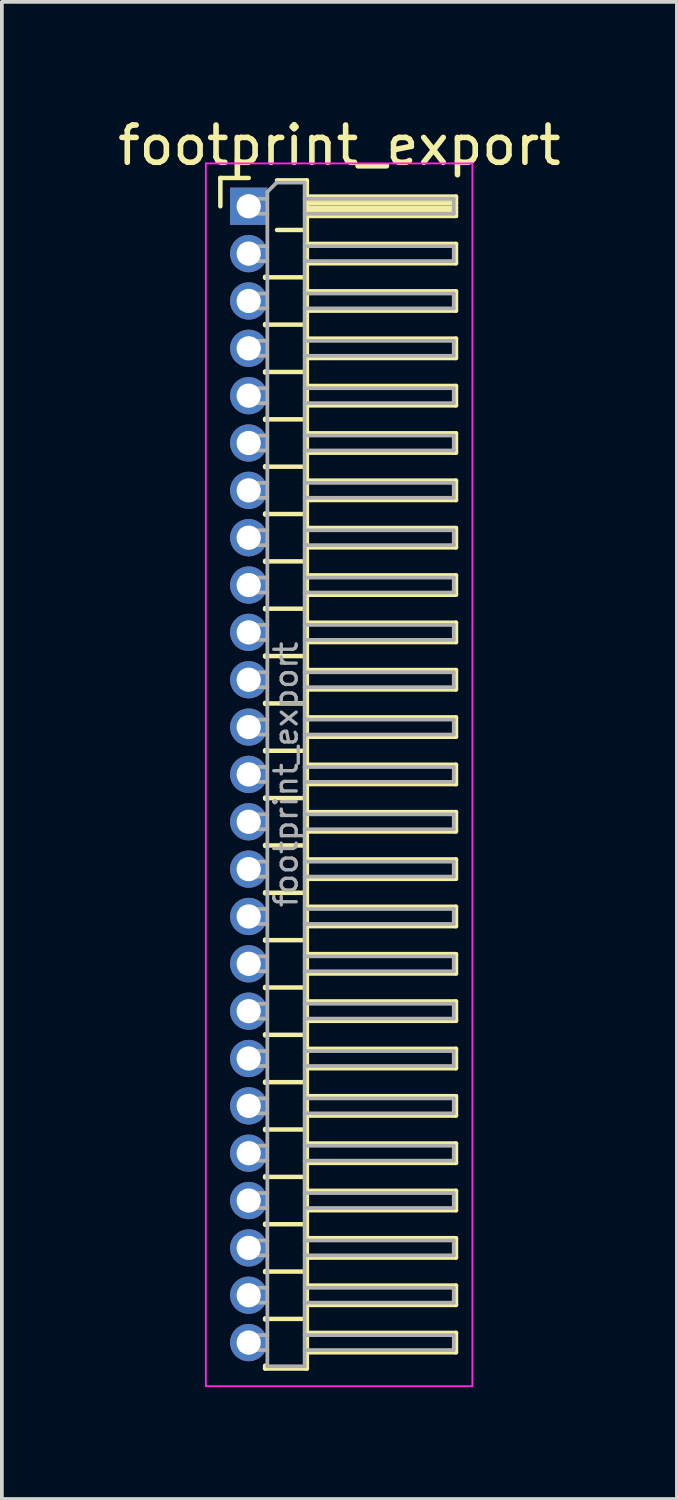
<source format=kicad_pcb>
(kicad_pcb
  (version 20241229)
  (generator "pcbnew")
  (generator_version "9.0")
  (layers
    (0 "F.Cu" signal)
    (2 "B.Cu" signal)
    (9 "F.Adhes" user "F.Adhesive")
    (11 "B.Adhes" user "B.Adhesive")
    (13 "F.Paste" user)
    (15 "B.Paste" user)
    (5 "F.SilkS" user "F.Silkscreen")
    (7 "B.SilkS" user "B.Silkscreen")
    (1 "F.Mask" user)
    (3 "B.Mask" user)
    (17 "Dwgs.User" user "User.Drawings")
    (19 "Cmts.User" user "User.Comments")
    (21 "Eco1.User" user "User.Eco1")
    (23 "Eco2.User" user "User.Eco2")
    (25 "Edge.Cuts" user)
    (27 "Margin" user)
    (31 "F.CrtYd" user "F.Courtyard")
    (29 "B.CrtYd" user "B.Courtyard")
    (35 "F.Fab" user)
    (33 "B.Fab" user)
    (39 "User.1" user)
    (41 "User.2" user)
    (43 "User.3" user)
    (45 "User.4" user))
  (footprint "footprint_export"
    (layer "F.Cu")
    (at 3.621 2.483)
    (property "Reference" "footprint_export" (at 2.433 -1.635 0) (layer "F.SilkS") (effects (font (size 1 1) (thickness 0.15))))
    (attr through_hole)
    (fp_line (start -0.76 -0.76) (end 0 -0.76) (stroke (width 0.12) (type solid)) (layer "F.SilkS"))
    (fp_line (start -0.76 0) (end -0.76 -0.76) (stroke (width 0.12) (type solid)) (layer "F.SilkS"))
    (fp_line (start 0.44 1.89) (end 0.44 1.92) (stroke (width 0.12) (type solid)) (layer "F.SilkS"))
    (fp_line (start 0.44 1.905) (end 1.56 1.905) (stroke (width 0.12) (type solid)) (layer "F.SilkS"))
    (fp_line (start 0.44 3.16) (end 0.44 3.19) (stroke (width 0.12) (type solid)) (layer "F.SilkS"))
    (fp_line (start 0.44 3.175) (end 1.56 3.175) (stroke (width 0.12) (type solid)) (layer "F.SilkS"))
    (fp_line (start 0.44 4.43) (end 0.44 4.46) (stroke (width 0.12) (type solid)) (layer "F.SilkS"))
    (fp_line (start 0.44 4.445) (end 1.56 4.445) (stroke (width 0.12) (type solid)) (layer "F.SilkS"))
    (fp_line (start 0.44 5.7) (end 0.44 5.73) (stroke (width 0.12) (type solid)) (layer "F.SilkS"))
    (fp_line (start 0.44 5.715) (end 1.56 5.715) (stroke (width 0.12) (type solid)) (layer "F.SilkS"))
    (fp_line (start 0.44 6.97) (end 0.44 7) (stroke (width 0.12) (type solid)) (layer "F.SilkS"))
    (fp_line (start 0.44 6.985) (end 1.56 6.985) (stroke (width 0.12) (type solid)) (layer "F.SilkS"))
    (fp_line (start 0.44 8.24) (end 0.44 8.27) (stroke (width 0.12) (type solid)) (layer "F.SilkS"))
    (fp_line (start 0.44 8.255) (end 1.56 8.255) (stroke (width 0.12) (type solid)) (layer "F.SilkS"))
    (fp_line (start 0.44 9.51) (end 0.44 9.54) (stroke (width 0.12) (type solid)) (layer "F.SilkS"))
    (fp_line (start 0.44 9.525) (end 1.56 9.525) (stroke (width 0.12) (type solid)) (layer "F.SilkS"))
    (fp_line (start 0.44 10.78) (end 0.44 10.81) (stroke (width 0.12) (type solid)) (layer "F.SilkS"))
    (fp_line (start 0.44 10.795) (end 1.56 10.795) (stroke (width 0.12) (type solid)) (layer "F.SilkS"))
    (fp_line (start 0.44 12.05) (end 0.44 12.08) (stroke (width 0.12) (type solid)) (layer "F.SilkS"))
    (fp_line (start 0.44 12.065) (end 1.56 12.065) (stroke (width 0.12) (type solid)) (layer "F.SilkS"))
    (fp_line (start 0.44 13.32) (end 0.44 13.35) (stroke (width 0.12) (type solid)) (layer "F.SilkS"))
    (fp_line (start 0.44 13.335) (end 1.56 13.335) (stroke (width 0.12) (type solid)) (layer "F.SilkS"))
    (fp_line (start 0.44 14.59) (end 0.44 14.62) (stroke (width 0.12) (type solid)) (layer "F.SilkS"))
    (fp_line (start 0.44 14.605) (end 1.56 14.605) (stroke (width 0.12) (type solid)) (layer "F.SilkS"))
    (fp_line (start 0.44 15.86) (end 0.44 15.89) (stroke (width 0.12) (type solid)) (layer "F.SilkS"))
    (fp_line (start 0.44 15.875) (end 1.56 15.875) (stroke (width 0.12) (type solid)) (layer "F.SilkS"))
    (fp_line (start 0.44 17.13) (end 0.44 17.16) (stroke (width 0.12) (type solid)) (layer "F.SilkS"))
    (fp_line (start 0.44 17.145) (end 1.56 17.145) (stroke (width 0.12) (type solid)) (layer "F.SilkS"))
    (fp_line (start 0.44 18.4) (end 0.44 18.43) (stroke (width 0.12) (type solid)) (layer "F.SilkS"))
    (fp_line (start 0.44 18.415) (end 1.56 18.415) (stroke (width 0.12) (type solid)) (layer "F.SilkS"))
    (fp_line (start 0.44 19.67) (end 0.44 19.7) (stroke (width 0.12) (type solid)) (layer "F.SilkS"))
    (fp_line (start 0.44 19.685) (end 1.56 19.685) (stroke (width 0.12) (type solid)) (layer "F.SilkS"))
    (fp_line (start 0.44 20.94) (end 0.44 20.97) (stroke (width 0.12) (type solid)) (layer "F.SilkS"))
    (fp_line (start 0.44 20.955) (end 1.56 20.955) (stroke (width 0.12) (type solid)) (layer "F.SilkS"))
    (fp_line (start 0.44 22.21) (end 0.44 22.24) (stroke (width 0.12) (type solid)) (layer "F.SilkS"))
    (fp_line (start 0.44 22.225) (end 1.56 22.225) (stroke (width 0.12) (type solid)) (layer "F.SilkS"))
    (fp_line (start 0.44 23.48) (end 0.44 23.51) (stroke (width 0.12) (type solid)) (layer "F.SilkS"))
    (fp_line (start 0.44 23.495) (end 1.56 23.495) (stroke (width 0.12) (type solid)) (layer "F.SilkS"))
    (fp_line (start 0.44 24.75) (end 0.44 24.78) (stroke (width 0.12) (type solid)) (layer "F.SilkS"))
    (fp_line (start 0.44 24.765) (end 1.56 24.765) (stroke (width 0.12) (type solid)) (layer "F.SilkS"))
    (fp_line (start 0.44 26.02) (end 0.44 26.05) (stroke (width 0.12) (type solid)) (layer "F.SilkS"))
    (fp_line (start 0.44 26.035) (end 1.56 26.035) (stroke (width 0.12) (type solid)) (layer "F.SilkS"))
    (fp_line (start 0.44 27.29) (end 0.44 27.32) (stroke (width 0.12) (type solid)) (layer "F.SilkS"))
    (fp_line (start 0.44 27.305) (end 1.56 27.305) (stroke (width 0.12) (type solid)) (layer "F.SilkS"))
    (fp_line (start 0.44 28.56) (end 0.44 28.59) (stroke (width 0.12) (type solid)) (layer "F.SilkS"))
    (fp_line (start 0.44 28.575) (end 1.56 28.575) (stroke (width 0.12) (type solid)) (layer "F.SilkS"))
    (fp_line (start 0.44 29.83) (end 0.44 29.86) (stroke (width 0.12) (type solid)) (layer "F.SilkS"))
    (fp_line (start 0.44 29.845) (end 1.56 29.845) (stroke (width 0.12) (type solid)) (layer "F.SilkS"))
    (fp_line (start 0.44 31.175) (end 0.44 31.1) (stroke (width 0.12) (type solid)) (layer "F.SilkS"))
    (fp_line (start 0.76 -0.695) (end 1.56 -0.695) (stroke (width 0.12) (type solid)) (layer "F.SilkS"))
    (fp_line (start 0.76 0.635) (end 1.56 0.635) (stroke (width 0.12) (type solid)) (layer "F.SilkS"))
    (fp_line (start 1.56 -0.695) (end 1.56 31.175) (stroke (width 0.12) (type solid)) (layer "F.SilkS"))
    (fp_line (start 1.56 -0.26) (end 5.56 -0.26) (stroke (width 0.12) (type solid)) (layer "F.SilkS"))
    (fp_line (start 1.56 -0.2) (end 5.56 -0.2) (stroke (width 0.12) (type solid)) (layer "F.SilkS"))
    (fp_line (start 1.56 -0.08) (end 5.56 -0.08) (stroke (width 0.12) (type solid)) (layer "F.SilkS"))
    (fp_line (start 1.56 0.04) (end 5.56 0.04) (stroke (width 0.12) (type solid)) (layer "F.SilkS"))
    (fp_line (start 1.56 0.16) (end 5.56 0.16) (stroke (width 0.12) (type solid)) (layer "F.SilkS"))
    (fp_line (start 1.56 1.01) (end 5.56 1.01) (stroke (width 0.12) (type solid)) (layer "F.SilkS"))
    (fp_line (start 1.56 2.28) (end 5.56 2.28) (stroke (width 0.12) (type solid)) (layer "F.SilkS"))
    (fp_line (start 1.56 3.55) (end 5.56 3.55) (stroke (width 0.12) (type solid)) (layer "F.SilkS"))
    (fp_line (start 1.56 4.82) (end 5.56 4.82) (stroke (width 0.12) (type solid)) (layer "F.SilkS"))
    (fp_line (start 1.56 6.09) (end 5.56 6.09) (stroke (width 0.12) (type solid)) (layer "F.SilkS"))
    (fp_line (start 1.56 7.36) (end 5.56 7.36) (stroke (width 0.12) (type solid)) (layer "F.SilkS"))
    (fp_line (start 1.56 8.63) (end 5.56 8.63) (stroke (width 0.12) (type solid)) (layer "F.SilkS"))
    (fp_line (start 1.56 9.9) (end 5.56 9.9) (stroke (width 0.12) (type solid)) (layer "F.SilkS"))
    (fp_line (start 1.56 11.17) (end 5.56 11.17) (stroke (width 0.12) (type solid)) (layer "F.SilkS"))
    (fp_line (start 1.56 12.44) (end 5.56 12.44) (stroke (width 0.12) (type solid)) (layer "F.SilkS"))
    (fp_line (start 1.56 13.71) (end 5.56 13.71) (stroke (width 0.12) (type solid)) (layer "F.SilkS"))
    (fp_line (start 1.56 14.98) (end 5.56 14.98) (stroke (width 0.12) (type solid)) (layer "F.SilkS"))
    (fp_line (start 1.56 16.25) (end 5.56 16.25) (stroke (width 0.12) (type solid)) (layer "F.SilkS"))
    (fp_line (start 1.56 17.52) (end 5.56 17.52) (stroke (width 0.12) (type solid)) (layer "F.SilkS"))
    (fp_line (start 1.56 18.79) (end 5.56 18.79) (stroke (width 0.12) (type solid)) (layer "F.SilkS"))
    (fp_line (start 1.56 20.06) (end 5.56 20.06) (stroke (width 0.12) (type solid)) (layer "F.SilkS"))
    (fp_line (start 1.56 21.33) (end 5.56 21.33) (stroke (width 0.12) (type solid)) (layer "F.SilkS"))
    (fp_line (start 1.56 22.6) (end 5.56 22.6) (stroke (width 0.12) (type solid)) (layer "F.SilkS"))
    (fp_line (start 1.56 23.87) (end 5.56 23.87) (stroke (width 0.12) (type solid)) (layer "F.SilkS"))
    (fp_line (start 1.56 25.14) (end 5.56 25.14) (stroke (width 0.12) (type solid)) (layer "F.SilkS"))
    (fp_line (start 1.56 26.41) (end 5.56 26.41) (stroke (width 0.12) (type solid)) (layer "F.SilkS"))
    (fp_line (start 1.56 27.68) (end 5.56 27.68) (stroke (width 0.12) (type solid)) (layer "F.SilkS"))
    (fp_line (start 1.56 28.95) (end 5.56 28.95) (stroke (width 0.12) (type solid)) (layer "F.SilkS"))
    (fp_line (start 1.56 30.22) (end 5.56 30.22) (stroke (width 0.12) (type solid)) (layer "F.SilkS"))
    (fp_line (start 1.56 31.175) (end 0.44 31.175) (stroke (width 0.12) (type solid)) (layer "F.SilkS"))
    (fp_line (start 5.56 -0.26) (end 5.56 0.26) (stroke (width 0.12) (type solid)) (layer "F.SilkS"))
    (fp_line (start 5.56 0.26) (end 1.56 0.26) (stroke (width 0.12) (type solid)) (layer "F.SilkS"))
    (fp_line (start 5.56 1.01) (end 5.56 1.53) (stroke (width 0.12) (type solid)) (layer "F.SilkS"))
    (fp_line (start 5.56 1.53) (end 1.56 1.53) (stroke (width 0.12) (type solid)) (layer "F.SilkS"))
    (fp_line (start 5.56 2.28) (end 5.56 2.8) (stroke (width 0.12) (type solid)) (layer "F.SilkS"))
    (fp_line (start 5.56 2.8) (end 1.56 2.8) (stroke (width 0.12) (type solid)) (layer "F.SilkS"))
    (fp_line (start 5.56 3.55) (end 5.56 4.07) (stroke (width 0.12) (type solid)) (layer "F.SilkS"))
    (fp_line (start 5.56 4.07) (end 1.56 4.07) (stroke (width 0.12) (type solid)) (layer "F.SilkS"))
    (fp_line (start 5.56 4.82) (end 5.56 5.34) (stroke (width 0.12) (type solid)) (layer "F.SilkS"))
    (fp_line (start 5.56 5.34) (end 1.56 5.34) (stroke (width 0.12) (type solid)) (layer "F.SilkS"))
    (fp_line (start 5.56 6.09) (end 5.56 6.61) (stroke (width 0.12) (type solid)) (layer "F.SilkS"))
    (fp_line (start 5.56 6.61) (end 1.56 6.61) (stroke (width 0.12) (type solid)) (layer "F.SilkS"))
    (fp_line (start 5.56 7.36) (end 5.56 7.88) (stroke (width 0.12) (type solid)) (layer "F.SilkS"))
    (fp_line (start 5.56 7.88) (end 1.56 7.88) (stroke (width 0.12) (type solid)) (layer "F.SilkS"))
    (fp_line (start 5.56 8.63) (end 5.56 9.15) (stroke (width 0.12) (type solid)) (layer "F.SilkS"))
    (fp_line (start 5.56 9.15) (end 1.56 9.15) (stroke (width 0.12) (type solid)) (layer "F.SilkS"))
    (fp_line (start 5.56 9.9) (end 5.56 10.42) (stroke (width 0.12) (type solid)) (layer "F.SilkS"))
    (fp_line (start 5.56 10.42) (end 1.56 10.42) (stroke (width 0.12) (type solid)) (layer "F.SilkS"))
    (fp_line (start 5.56 11.17) (end 5.56 11.69) (stroke (width 0.12) (type solid)) (layer "F.SilkS"))
    (fp_line (start 5.56 11.69) (end 1.56 11.69) (stroke (width 0.12) (type solid)) (layer "F.SilkS"))
    (fp_line (start 5.56 12.44) (end 5.56 12.96) (stroke (width 0.12) (type solid)) (layer "F.SilkS"))
    (fp_line (start 5.56 12.96) (end 1.56 12.96) (stroke (width 0.12) (type solid)) (layer "F.SilkS"))
    (fp_line (start 5.56 13.71) (end 5.56 14.23) (stroke (width 0.12) (type solid)) (layer "F.SilkS"))
    (fp_line (start 5.56 14.23) (end 1.56 14.23) (stroke (width 0.12) (type solid)) (layer "F.SilkS"))
    (fp_line (start 5.56 14.98) (end 5.56 15.5) (stroke (width 0.12) (type solid)) (layer "F.SilkS"))
    (fp_line (start 5.56 15.5) (end 1.56 15.5) (stroke (width 0.12) (type solid)) (layer "F.SilkS"))
    (fp_line (start 5.56 16.25) (end 5.56 16.77) (stroke (width 0.12) (type solid)) (layer "F.SilkS"))
    (fp_line (start 5.56 16.77) (end 1.56 16.77) (stroke (width 0.12) (type solid)) (layer "F.SilkS"))
    (fp_line (start 5.56 17.52) (end 5.56 18.04) (stroke (width 0.12) (type solid)) (layer "F.SilkS"))
    (fp_line (start 5.56 18.04) (end 1.56 18.04) (stroke (width 0.12) (type solid)) (layer "F.SilkS"))
    (fp_line (start 5.56 18.79) (end 5.56 19.31) (stroke (width 0.12) (type solid)) (layer "F.SilkS"))
    (fp_line (start 5.56 19.31) (end 1.56 19.31) (stroke (width 0.12) (type solid)) (layer "F.SilkS"))
    (fp_line (start 5.56 20.06) (end 5.56 20.58) (stroke (width 0.12) (type solid)) (layer "F.SilkS"))
    (fp_line (start 5.56 20.58) (end 1.56 20.58) (stroke (width 0.12) (type solid)) (layer "F.SilkS"))
    (fp_line (start 5.56 21.33) (end 5.56 21.85) (stroke (width 0.12) (type solid)) (layer "F.SilkS"))
    (fp_line (start 5.56 21.85) (end 1.56 21.85) (stroke (width 0.12) (type solid)) (layer "F.SilkS"))
    (fp_line (start 5.56 22.6) (end 5.56 23.12) (stroke (width 0.12) (type solid)) (layer "F.SilkS"))
    (fp_line (start 5.56 23.12) (end 1.56 23.12) (stroke (width 0.12) (type solid)) (layer "F.SilkS"))
    (fp_line (start 5.56 23.87) (end 5.56 24.39) (stroke (width 0.12) (type solid)) (layer "F.SilkS"))
    (fp_line (start 5.56 24.39) (end 1.56 24.39) (stroke (width 0.12) (type solid)) (layer "F.SilkS"))
    (fp_line (start 5.56 25.14) (end 5.56 25.66) (stroke (width 0.12) (type solid)) (layer "F.SilkS"))
    (fp_line (start 5.56 25.66) (end 1.56 25.66) (stroke (width 0.12) (type solid)) (layer "F.SilkS"))
    (fp_line (start 5.56 26.41) (end 5.56 26.93) (stroke (width 0.12) (type solid)) (layer "F.SilkS"))
    (fp_line (start 5.56 26.93) (end 1.56 26.93) (stroke (width 0.12) (type solid)) (layer "F.SilkS"))
    (fp_line (start 5.56 27.68) (end 5.56 28.2) (stroke (width 0.12) (type solid)) (layer "F.SilkS"))
    (fp_line (start 5.56 28.2) (end 1.56 28.2) (stroke (width 0.12) (type solid)) (layer "F.SilkS"))
    (fp_line (start 5.56 28.95) (end 5.56 29.47) (stroke (width 0.12) (type solid)) (layer "F.SilkS"))
    (fp_line (start 5.56 29.47) (end 1.56 29.47) (stroke (width 0.12) (type solid)) (layer "F.SilkS"))
    (fp_line (start 5.56 30.22) (end 5.56 30.74) (stroke (width 0.12) (type solid)) (layer "F.SilkS"))
    (fp_line (start 5.56 30.74) (end 1.56 30.74) (stroke (width 0.12) (type solid)) (layer "F.SilkS"))
    (fp_line (start -1.15 -1.15) (end -1.15 31.65) (stroke (width 0.05) (type solid)) (layer "F.CrtYd"))
    (fp_line (start -1.15 31.65) (end 6 31.65) (stroke (width 0.05) (type solid)) (layer "F.CrtYd"))
    (fp_line (start 6 -1.15) (end -1.15 -1.15) (stroke (width 0.05) (type solid)) (layer "F.CrtYd"))
    (fp_line (start 6 31.65) (end 6 -1.15) (stroke (width 0.05) (type solid)) (layer "F.CrtYd"))
    (fp_line (start -0.2 -0.2) (end -0.2 0.2) (stroke (width 0.1) (type solid)) (layer "F.Fab"))
    (fp_line (start -0.2 -0.2) (end 0.5 -0.2) (stroke (width 0.1) (type solid)) (layer "F.Fab"))
    (fp_line (start -0.2 0.2) (end 0.5 0.2) (stroke (width 0.1) (type solid)) (layer "F.Fab"))
    (fp_line (start -0.2 1.07) (end -0.2 1.47) (stroke (width 0.1) (type solid)) (layer "F.Fab"))
    (fp_line (start -0.2 1.07) (end 0.5 1.07) (stroke (width 0.1) (type solid)) (layer "F.Fab"))
    (fp_line (start -0.2 1.47) (end 0.5 1.47) (stroke (width 0.1) (type solid)) (layer "F.Fab"))
    (fp_line (start -0.2 2.34) (end -0.2 2.74) (stroke (width 0.1) (type solid)) (layer "F.Fab"))
    (fp_line (start -0.2 2.34) (end 0.5 2.34) (stroke (width 0.1) (type solid)) (layer "F.Fab"))
    (fp_line (start -0.2 2.74) (end 0.5 2.74) (stroke (width 0.1) (type solid)) (layer "F.Fab"))
    (fp_line (start -0.2 3.61) (end -0.2 4.01) (stroke (width 0.1) (type solid)) (layer "F.Fab"))
    (fp_line (start -0.2 3.61) (end 0.5 3.61) (stroke (width 0.1) (type solid)) (layer "F.Fab"))
    (fp_line (start -0.2 4.01) (end 0.5 4.01) (stroke (width 0.1) (type solid)) (layer "F.Fab"))
    (fp_line (start -0.2 4.88) (end -0.2 5.28) (stroke (width 0.1) (type solid)) (layer "F.Fab"))
    (fp_line (start -0.2 4.88) (end 0.5 4.88) (stroke (width 0.1) (type solid)) (layer "F.Fab"))
    (fp_line (start -0.2 5.28) (end 0.5 5.28) (stroke (width 0.1) (type solid)) (layer "F.Fab"))
    (fp_line (start -0.2 6.15) (end -0.2 6.55) (stroke (width 0.1) (type solid)) (layer "F.Fab"))
    (fp_line (start -0.2 6.15) (end 0.5 6.15) (stroke (width 0.1) (type solid)) (layer "F.Fab"))
    (fp_line (start -0.2 6.55) (end 0.5 6.55) (stroke (width 0.1) (type solid)) (layer "F.Fab"))
    (fp_line (start -0.2 7.42) (end -0.2 7.82) (stroke (width 0.1) (type solid)) (layer "F.Fab"))
    (fp_line (start -0.2 7.42) (end 0.5 7.42) (stroke (width 0.1) (type solid)) (layer "F.Fab"))
    (fp_line (start -0.2 7.82) (end 0.5 7.82) (stroke (width 0.1) (type solid)) (layer "F.Fab"))
    (fp_line (start -0.2 8.69) (end -0.2 9.09) (stroke (width 0.1) (type solid)) (layer "F.Fab"))
    (fp_line (start -0.2 8.69) (end 0.5 8.69) (stroke (width 0.1) (type solid)) (layer "F.Fab"))
    (fp_line (start -0.2 9.09) (end 0.5 9.09) (stroke (width 0.1) (type solid)) (layer "F.Fab"))
    (fp_line (start -0.2 9.96) (end -0.2 10.36) (stroke (width 0.1) (type solid)) (layer "F.Fab"))
    (fp_line (start -0.2 9.96) (end 0.5 9.96) (stroke (width 0.1) (type solid)) (layer "F.Fab"))
    (fp_line (start -0.2 10.36) (end 0.5 10.36) (stroke (width 0.1) (type solid)) (layer "F.Fab"))
    (fp_line (start -0.2 11.23) (end -0.2 11.63) (stroke (width 0.1) (type solid)) (layer "F.Fab"))
    (fp_line (start -0.2 11.23) (end 0.5 11.23) (stroke (width 0.1) (type solid)) (layer "F.Fab"))
    (fp_line (start -0.2 11.63) (end 0.5 11.63) (stroke (width 0.1) (type solid)) (layer "F.Fab"))
    (fp_line (start -0.2 12.5) (end -0.2 12.9) (stroke (width 0.1) (type solid)) (layer "F.Fab"))
    (fp_line (start -0.2 12.5) (end 0.5 12.5) (stroke (width 0.1) (type solid)) (layer "F.Fab"))
    (fp_line (start -0.2 12.9) (end 0.5 12.9) (stroke (width 0.1) (type solid)) (layer "F.Fab"))
    (fp_line (start -0.2 13.77) (end -0.2 14.17) (stroke (width 0.1) (type solid)) (layer "F.Fab"))
    (fp_line (start -0.2 13.77) (end 0.5 13.77) (stroke (width 0.1) (type solid)) (layer "F.Fab"))
    (fp_line (start -0.2 14.17) (end 0.5 14.17) (stroke (width 0.1) (type solid)) (layer "F.Fab"))
    (fp_line (start -0.2 15.04) (end -0.2 15.44) (stroke (width 0.1) (type solid)) (layer "F.Fab"))
    (fp_line (start -0.2 15.04) (end 0.5 15.04) (stroke (width 0.1) (type solid)) (layer "F.Fab"))
    (fp_line (start -0.2 15.44) (end 0.5 15.44) (stroke (width 0.1) (type solid)) (layer "F.Fab"))
    (fp_line (start -0.2 16.31) (end -0.2 16.71) (stroke (width 0.1) (type solid)) (layer "F.Fab"))
    (fp_line (start -0.2 16.31) (end 0.5 16.31) (stroke (width 0.1) (type solid)) (layer "F.Fab"))
    (fp_line (start -0.2 16.71) (end 0.5 16.71) (stroke (width 0.1) (type solid)) (layer "F.Fab"))
    (fp_line (start -0.2 17.58) (end -0.2 17.98) (stroke (width 0.1) (type solid)) (layer "F.Fab"))
    (fp_line (start -0.2 17.58) (end 0.5 17.58) (stroke (width 0.1) (type solid)) (layer "F.Fab"))
    (fp_line (start -0.2 17.98) (end 0.5 17.98) (stroke (width 0.1) (type solid)) (layer "F.Fab"))
    (fp_line (start -0.2 18.85) (end -0.2 19.25) (stroke (width 0.1) (type solid)) (layer "F.Fab"))
    (fp_line (start -0.2 18.85) (end 0.5 18.85) (stroke (width 0.1) (type solid)) (layer "F.Fab"))
    (fp_line (start -0.2 19.25) (end 0.5 19.25) (stroke (width 0.1) (type solid)) (layer "F.Fab"))
    (fp_line (start -0.2 20.12) (end -0.2 20.52) (stroke (width 0.1) (type solid)) (layer "F.Fab"))
    (fp_line (start -0.2 20.12) (end 0.5 20.12) (stroke (width 0.1) (type solid)) (layer "F.Fab"))
    (fp_line (start -0.2 20.52) (end 0.5 20.52) (stroke (width 0.1) (type solid)) (layer "F.Fab"))
    (fp_line (start -0.2 21.39) (end -0.2 21.79) (stroke (width 0.1) (type solid)) (layer "F.Fab"))
    (fp_line (start -0.2 21.39) (end 0.5 21.39) (stroke (width 0.1) (type solid)) (layer "F.Fab"))
    (fp_line (start -0.2 21.79) (end 0.5 21.79) (stroke (width 0.1) (type solid)) (layer "F.Fab"))
    (fp_line (start -0.2 22.66) (end -0.2 23.06) (stroke (width 0.1) (type solid)) (layer "F.Fab"))
    (fp_line (start -0.2 22.66) (end 0.5 22.66) (stroke (width 0.1) (type solid)) (layer "F.Fab"))
    (fp_line (start -0.2 23.06) (end 0.5 23.06) (stroke (width 0.1) (type solid)) (layer "F.Fab"))
    (fp_line (start -0.2 23.93) (end -0.2 24.33) (stroke (width 0.1) (type solid)) (layer "F.Fab"))
    (fp_line (start -0.2 23.93) (end 0.5 23.93) (stroke (width 0.1) (type solid)) (layer "F.Fab"))
    (fp_line (start -0.2 24.33) (end 0.5 24.33) (stroke (width 0.1) (type solid)) (layer "F.Fab"))
    (fp_line (start -0.2 25.2) (end -0.2 25.6) (stroke (width 0.1) (type solid)) (layer "F.Fab"))
    (fp_line (start -0.2 25.2) (end 0.5 25.2) (stroke (width 0.1) (type solid)) (layer "F.Fab"))
    (fp_line (start -0.2 25.6) (end 0.5 25.6) (stroke (width 0.1) (type solid)) (layer "F.Fab"))
    (fp_line (start -0.2 26.47) (end -0.2 26.87) (stroke (width 0.1) (type solid)) (layer "F.Fab"))
    (fp_line (start -0.2 26.47) (end 0.5 26.47) (stroke (width 0.1) (type solid)) (layer "F.Fab"))
    (fp_line (start -0.2 26.87) (end 0.5 26.87) (stroke (width 0.1) (type solid)) (layer "F.Fab"))
    (fp_line (start -0.2 27.74) (end -0.2 28.14) (stroke (width 0.1) (type solid)) (layer "F.Fab"))
    (fp_line (start -0.2 27.74) (end 0.5 27.74) (stroke (width 0.1) (type solid)) (layer "F.Fab"))
    (fp_line (start -0.2 28.14) (end 0.5 28.14) (stroke (width 0.1) (type solid)) (layer "F.Fab"))
    (fp_line (start -0.2 29.01) (end -0.2 29.41) (stroke (width 0.1) (type solid)) (layer "F.Fab"))
    (fp_line (start -0.2 29.01) (end 0.5 29.01) (stroke (width 0.1) (type solid)) (layer "F.Fab"))
    (fp_line (start -0.2 29.41) (end 0.5 29.41) (stroke (width 0.1) (type solid)) (layer "F.Fab"))
    (fp_line (start -0.2 30.28) (end -0.2 30.68) (stroke (width 0.1) (type solid)) (layer "F.Fab"))
    (fp_line (start -0.2 30.28) (end 0.5 30.28) (stroke (width 0.1) (type solid)) (layer "F.Fab"))
    (fp_line (start -0.2 30.68) (end 0.5 30.68) (stroke (width 0.1) (type solid)) (layer "F.Fab"))
    (fp_line (start 0.5 -0.385) (end 0.75 -0.635) (stroke (width 0.1) (type solid)) (layer "F.Fab"))
    (fp_line (start 0.5 31.115) (end 0.5 -0.385) (stroke (width 0.1) (type solid)) (layer "F.Fab"))
    (fp_line (start 0.75 -0.635) (end 1.5 -0.635) (stroke (width 0.1) (type solid)) (layer "F.Fab"))
    (fp_line (start 1.5 -0.635) (end 1.5 31.115) (stroke (width 0.1) (type solid)) (layer "F.Fab"))
    (fp_line (start 1.5 -0.2) (end 5.5 -0.2) (stroke (width 0.1) (type solid)) (layer "F.Fab"))
    (fp_line (start 1.5 0.2) (end 5.5 0.2) (stroke (width 0.1) (type solid)) (layer "F.Fab"))
    (fp_line (start 1.5 1.07) (end 5.5 1.07) (stroke (width 0.1) (type solid)) (layer "F.Fab"))
    (fp_line (start 1.5 1.47) (end 5.5 1.47) (stroke (width 0.1) (type solid)) (layer "F.Fab"))
    (fp_line (start 1.5 2.34) (end 5.5 2.34) (stroke (width 0.1) (type solid)) (layer "F.Fab"))
    (fp_line (start 1.5 2.74) (end 5.5 2.74) (stroke (width 0.1) (type solid)) (layer "F.Fab"))
    (fp_line (start 1.5 3.61) (end 5.5 3.61) (stroke (width 0.1) (type solid)) (layer "F.Fab"))
    (fp_line (start 1.5 4.01) (end 5.5 4.01) (stroke (width 0.1) (type solid)) (layer "F.Fab"))
    (fp_line (start 1.5 4.88) (end 5.5 4.88) (stroke (width 0.1) (type solid)) (layer "F.Fab"))
    (fp_line (start 1.5 5.28) (end 5.5 5.28) (stroke (width 0.1) (type solid)) (layer "F.Fab"))
    (fp_line (start 1.5 6.15) (end 5.5 6.15) (stroke (width 0.1) (type solid)) (layer "F.Fab"))
    (fp_line (start 1.5 6.55) (end 5.5 6.55) (stroke (width 0.1) (type solid)) (layer "F.Fab"))
    (fp_line (start 1.5 7.42) (end 5.5 7.42) (stroke (width 0.1) (type solid)) (layer "F.Fab"))
    (fp_line (start 1.5 7.82) (end 5.5 7.82) (stroke (width 0.1) (type solid)) (layer "F.Fab"))
    (fp_line (start 1.5 8.69) (end 5.5 8.69) (stroke (width 0.1) (type solid)) (layer "F.Fab"))
    (fp_line (start 1.5 9.09) (end 5.5 9.09) (stroke (width 0.1) (type solid)) (layer "F.Fab"))
    (fp_line (start 1.5 9.96) (end 5.5 9.96) (stroke (width 0.1) (type solid)) (layer "F.Fab"))
    (fp_line (start 1.5 10.36) (end 5.5 10.36) (stroke (width 0.1) (type solid)) (layer "F.Fab"))
    (fp_line (start 1.5 11.23) (end 5.5 11.23) (stroke (width 0.1) (type solid)) (layer "F.Fab"))
    (fp_line (start 1.5 11.63) (end 5.5 11.63) (stroke (width 0.1) (type solid)) (layer "F.Fab"))
    (fp_line (start 1.5 12.5) (end 5.5 12.5) (stroke (width 0.1) (type solid)) (layer "F.Fab"))
    (fp_line (start 1.5 12.9) (end 5.5 12.9) (stroke (width 0.1) (type solid)) (layer "F.Fab"))
    (fp_line (start 1.5 13.77) (end 5.5 13.77) (stroke (width 0.1) (type solid)) (layer "F.Fab"))
    (fp_line (start 1.5 14.17) (end 5.5 14.17) (stroke (width 0.1) (type solid)) (layer "F.Fab"))
    (fp_line (start 1.5 15.04) (end 5.5 15.04) (stroke (width 0.1) (type solid)) (layer "F.Fab"))
    (fp_line (start 1.5 15.44) (end 5.5 15.44) (stroke (width 0.1) (type solid)) (layer "F.Fab"))
    (fp_line (start 1.5 16.31) (end 5.5 16.31) (stroke (width 0.1) (type solid)) (layer "F.Fab"))
    (fp_line (start 1.5 16.71) (end 5.5 16.71) (stroke (width 0.1) (type solid)) (layer "F.Fab"))
    (fp_line (start 1.5 17.58) (end 5.5 17.58) (stroke (width 0.1) (type solid)) (layer "F.Fab"))
    (fp_line (start 1.5 17.98) (end 5.5 17.98) (stroke (width 0.1) (type solid)) (layer "F.Fab"))
    (fp_line (start 1.5 18.85) (end 5.5 18.85) (stroke (width 0.1) (type solid)) (layer "F.Fab"))
    (fp_line (start 1.5 19.25) (end 5.5 19.25) (stroke (width 0.1) (type solid)) (layer "F.Fab"))
    (fp_line (start 1.5 20.12) (end 5.5 20.12) (stroke (width 0.1) (type solid)) (layer "F.Fab"))
    (fp_line (start 1.5 20.52) (end 5.5 20.52) (stroke (width 0.1) (type solid)) (layer "F.Fab"))
    (fp_line (start 1.5 21.39) (end 5.5 21.39) (stroke (width 0.1) (type solid)) (layer "F.Fab"))
    (fp_line (start 1.5 21.79) (end 5.5 21.79) (stroke (width 0.1) (type solid)) (layer "F.Fab"))
    (fp_line (start 1.5 22.66) (end 5.5 22.66) (stroke (width 0.1) (type solid)) (layer "F.Fab"))
    (fp_line (start 1.5 23.06) (end 5.5 23.06) (stroke (width 0.1) (type solid)) (layer "F.Fab"))
    (fp_line (start 1.5 23.93) (end 5.5 23.93) (stroke (width 0.1) (type solid)) (layer "F.Fab"))
    (fp_line (start 1.5 24.33) (end 5.5 24.33) (stroke (width 0.1) (type solid)) (layer "F.Fab"))
    (fp_line (start 1.5 25.2) (end 5.5 25.2) (stroke (width 0.1) (type solid)) (layer "F.Fab"))
    (fp_line (start 1.5 25.6) (end 5.5 25.6) (stroke (width 0.1) (type solid)) (layer "F.Fab"))
    (fp_line (start 1.5 26.47) (end 5.5 26.47) (stroke (width 0.1) (type solid)) (layer "F.Fab"))
    (fp_line (start 1.5 26.87) (end 5.5 26.87) (stroke (width 0.1) (type solid)) (layer "F.Fab"))
    (fp_line (start 1.5 27.74) (end 5.5 27.74) (stroke (width 0.1) (type solid)) (layer "F.Fab"))
    (fp_line (start 1.5 28.14) (end 5.5 28.14) (stroke (width 0.1) (type solid)) (layer "F.Fab"))
    (fp_line (start 1.5 29.01) (end 5.5 29.01) (stroke (width 0.1) (type solid)) (layer "F.Fab"))
    (fp_line (start 1.5 29.41) (end 5.5 29.41) (stroke (width 0.1) (type solid)) (layer "F.Fab"))
    (fp_line (start 1.5 30.28) (end 5.5 30.28) (stroke (width 0.1) (type solid)) (layer "F.Fab"))
    (fp_line (start 1.5 30.68) (end 5.5 30.68) (stroke (width 0.1) (type solid)) (layer "F.Fab"))
    (fp_line (start 1.5 31.115) (end 0.5 31.115) (stroke (width 0.1) (type solid)) (layer "F.Fab"))
    (fp_line (start 5.5 -0.2) (end 5.5 0.2) (stroke (width 0.1) (type solid)) (layer "F.Fab"))
    (fp_line (start 5.5 1.07) (end 5.5 1.47) (stroke (width 0.1) (type solid)) (layer "F.Fab"))
    (fp_line (start 5.5 2.34) (end 5.5 2.74) (stroke (width 0.1) (type solid)) (layer "F.Fab"))
    (fp_line (start 5.5 3.61) (end 5.5 4.01) (stroke (width 0.1) (type solid)) (layer "F.Fab"))
    (fp_line (start 5.5 4.88) (end 5.5 5.28) (stroke (width 0.1) (type solid)) (layer "F.Fab"))
    (fp_line (start 5.5 6.15) (end 5.5 6.55) (stroke (width 0.1) (type solid)) (layer "F.Fab"))
    (fp_line (start 5.5 7.42) (end 5.5 7.82) (stroke (width 0.1) (type solid)) (layer "F.Fab"))
    (fp_line (start 5.5 8.69) (end 5.5 9.09) (stroke (width 0.1) (type solid)) (layer "F.Fab"))
    (fp_line (start 5.5 9.96) (end 5.5 10.36) (stroke (width 0.1) (type solid)) (layer "F.Fab"))
    (fp_line (start 5.5 11.23) (end 5.5 11.63) (stroke (width 0.1) (type solid)) (layer "F.Fab"))
    (fp_line (start 5.5 12.5) (end 5.5 12.9) (stroke (width 0.1) (type solid)) (layer "F.Fab"))
    (fp_line (start 5.5 13.77) (end 5.5 14.17) (stroke (width 0.1) (type solid)) (layer "F.Fab"))
    (fp_line (start 5.5 15.04) (end 5.5 15.44) (stroke (width 0.1) (type solid)) (layer "F.Fab"))
    (fp_line (start 5.5 16.31) (end 5.5 16.71) (stroke (width 0.1) (type solid)) (layer "F.Fab"))
    (fp_line (start 5.5 17.58) (end 5.5 17.98) (stroke (width 0.1) (type solid)) (layer "F.Fab"))
    (fp_line (start 5.5 18.85) (end 5.5 19.25) (stroke (width 0.1) (type solid)) (layer "F.Fab"))
    (fp_line (start 5.5 20.12) (end 5.5 20.52) (stroke (width 0.1) (type solid)) (layer "F.Fab"))
    (fp_line (start 5.5 21.39) (end 5.5 21.79) (stroke (width 0.1) (type solid)) (layer "F.Fab"))
    (fp_line (start 5.5 22.66) (end 5.5 23.06) (stroke (width 0.1) (type solid)) (layer "F.Fab"))
    (fp_line (start 5.5 23.93) (end 5.5 24.33) (stroke (width 0.1) (type solid)) (layer "F.Fab"))
    (fp_line (start 5.5 25.2) (end 5.5 25.6) (stroke (width 0.1) (type solid)) (layer "F.Fab"))
    (fp_line (start 5.5 26.47) (end 5.5 26.87) (stroke (width 0.1) (type solid)) (layer "F.Fab"))
    (fp_line (start 5.5 27.74) (end 5.5 28.14) (stroke (width 0.1) (type solid)) (layer "F.Fab"))
    (fp_line (start 5.5 29.01) (end 5.5 29.41) (stroke (width 0.1) (type solid)) (layer "F.Fab"))
    (fp_line (start 5.5 30.28) (end 5.5 30.68) (stroke (width 0.1) (type solid)) (layer "F.Fab"))
    (fp_text user "${REFERENCE}" (at 1 15.24 90) (layer "F.Fab") (effects (font (size 0.6 0.6) (thickness 0.09))))
    (pad "1" thru_hole rect (at 0 0) (size 1 1) (drill 0.65) (layers "*.Cu" "*.Mask"))
    (pad "2" thru_hole oval (at 0 1.27) (size 1 1) (drill 0.65) (layers "*.Cu" "*.Mask"))
    (pad "3" thru_hole oval (at 0 2.54) (size 1 1) (drill 0.65) (layers "*.Cu" "*.Mask"))
    (pad "4" thru_hole oval (at 0 3.81) (size 1 1) (drill 0.65) (layers "*.Cu" "*.Mask"))
    (pad "5" thru_hole oval (at 0 5.08) (size 1 1) (drill 0.65) (layers "*.Cu" "*.Mask"))
    (pad "6" thru_hole oval (at 0 6.35) (size 1 1) (drill 0.65) (layers "*.Cu" "*.Mask"))
    (pad "7" thru_hole oval (at 0 7.62) (size 1 1) (drill 0.65) (layers "*.Cu" "*.Mask"))
    (pad "8" thru_hole oval (at 0 8.89) (size 1 1) (drill 0.65) (layers "*.Cu" "*.Mask"))
    (pad "9" thru_hole oval (at 0 10.16) (size 1 1) (drill 0.65) (layers "*.Cu" "*.Mask"))
    (pad "10" thru_hole oval (at 0 11.43) (size 1 1) (drill 0.65) (layers "*.Cu" "*.Mask"))
    (pad "11" thru_hole oval (at 0 12.7) (size 1 1) (drill 0.65) (layers "*.Cu" "*.Mask"))
    (pad "12" thru_hole oval (at 0 13.97) (size 1 1) (drill 0.65) (layers "*.Cu" "*.Mask"))
    (pad "13" thru_hole oval (at 0 15.24) (size 1 1) (drill 0.65) (layers "*.Cu" "*.Mask"))
    (pad "14" thru_hole oval (at 0 16.51) (size 1 1) (drill 0.65) (layers "*.Cu" "*.Mask"))
    (pad "15" thru_hole oval (at 0 17.78) (size 1 1) (drill 0.65) (layers "*.Cu" "*.Mask"))
    (pad "16" thru_hole oval (at 0 19.05) (size 1 1) (drill 0.65) (layers "*.Cu" "*.Mask"))
    (pad "17" thru_hole oval (at 0 20.32) (size 1 1) (drill 0.65) (layers "*.Cu" "*.Mask"))
    (pad "18" thru_hole oval (at 0 21.59) (size 1 1) (drill 0.65) (layers "*.Cu" "*.Mask"))
    (pad "19" thru_hole oval (at 0 22.86) (size 1 1) (drill 0.65) (layers "*.Cu" "*.Mask"))
    (pad "20" thru_hole oval (at 0 24.13) (size 1 1) (drill 0.65) (layers "*.Cu" "*.Mask"))
    (pad "21" thru_hole oval (at 0 25.4) (size 1 1) (drill 0.65) (layers "*.Cu" "*.Mask"))
    (pad "22" thru_hole oval (at 0 26.67) (size 1 1) (drill 0.65) (layers "*.Cu" "*.Mask"))
    (pad "23" thru_hole oval (at 0 27.94) (size 1 1) (drill 0.65) (layers "*.Cu" "*.Mask"))
    (pad "24" thru_hole oval (at 0 29.21) (size 1 1) (drill 0.65) (layers "*.Cu" "*.Mask"))
    (pad "25" thru_hole oval (at 0 30.48) (size 1 1) (drill 0.65) (layers "*.Cu" "*.Mask")))
  (gr_rect
    (start -3 -3)
    (end 15.107 37.158)
    (stroke (width 0.1) (type default))
    (fill no)
    (layer "Edge.Cuts")))
</source>
